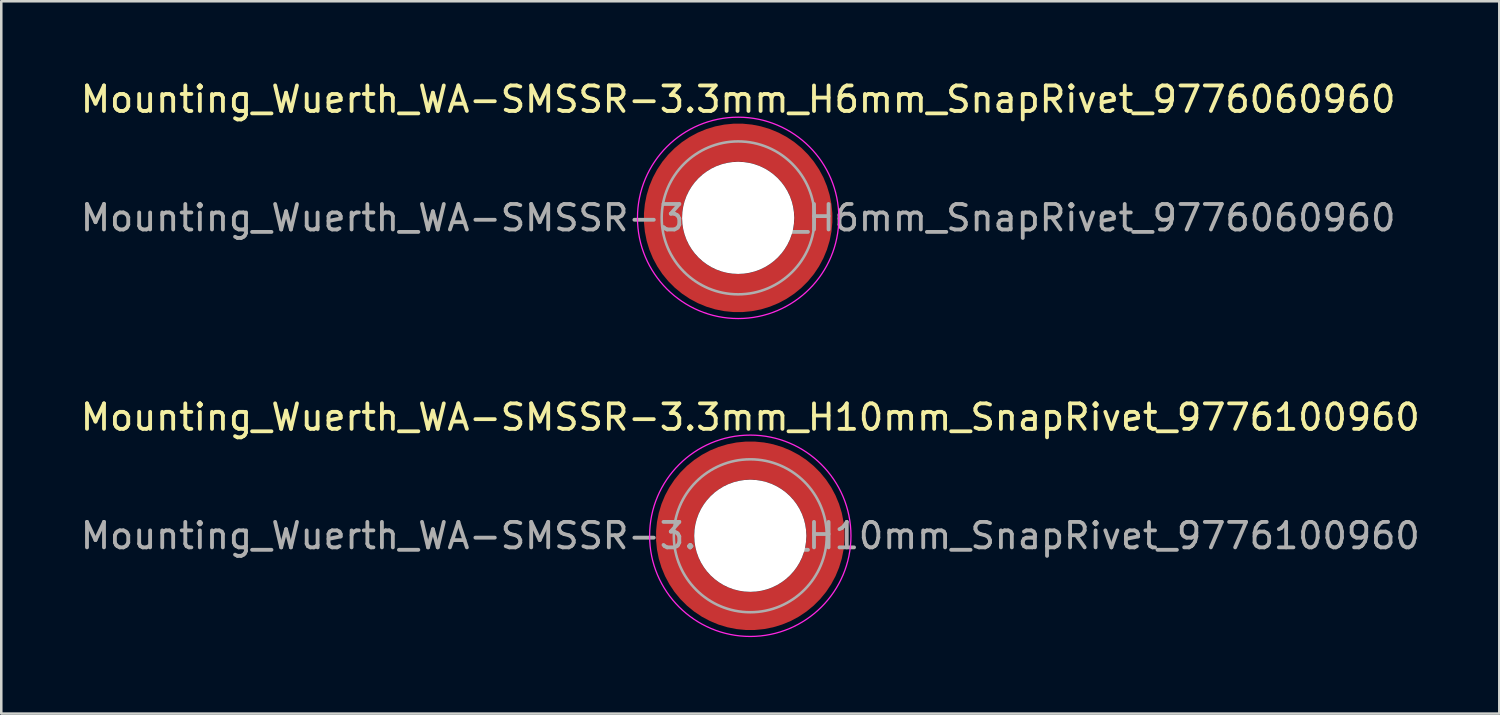
<source format=kicad_pcb>
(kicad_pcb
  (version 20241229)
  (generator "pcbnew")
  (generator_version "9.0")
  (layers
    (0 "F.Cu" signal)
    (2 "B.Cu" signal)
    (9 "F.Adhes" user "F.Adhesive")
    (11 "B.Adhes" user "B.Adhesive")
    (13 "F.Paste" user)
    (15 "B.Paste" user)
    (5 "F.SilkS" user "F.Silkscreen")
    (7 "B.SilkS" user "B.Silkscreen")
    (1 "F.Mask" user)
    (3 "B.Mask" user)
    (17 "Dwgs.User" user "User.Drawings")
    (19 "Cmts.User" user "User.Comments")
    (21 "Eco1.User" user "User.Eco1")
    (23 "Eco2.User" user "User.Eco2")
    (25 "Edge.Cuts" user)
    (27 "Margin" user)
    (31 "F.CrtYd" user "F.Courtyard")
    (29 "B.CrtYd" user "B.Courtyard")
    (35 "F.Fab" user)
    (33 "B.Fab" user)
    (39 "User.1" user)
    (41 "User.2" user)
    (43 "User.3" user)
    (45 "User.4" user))
  (footprint "Mounting_Wuerth_WA-SMSSR-3.3mm_H10mm_SnapRivet_9776100960"
    (layer "F.Cu")
    (at 26.387 17.971)
    (property "Reference" "Mounting_Wuerth_WA-SMSSR-3.3mm_H10mm_SnapRivet_9776100960" (at 0 -4.65 0) (layer "F.SilkS") (effects (font (size 1 1) (thickness 0.15))))
    (property "Mouser Part no." "" (at 0 0 0) (layer "F.Fab") (effects (font (size 1.27 1.27) (thickness 0.15))))
    (property "Mouser link" "" (at 0 0 0) (layer "F.Fab") (effects (font (size 1.27 1.27) (thickness 0.15))))
    (attr smd)
    (fp_circle (center 0 0) (end 3.95 0) (stroke (width 0.05) (type solid)) (fill no) (layer "F.CrtYd"))
    (fp_circle (center 0 0) (end 3 0) (stroke (width 0.1) (type solid)) (fill no) (layer "F.Fab"))
    (fp_text user "${REFERENCE}" (at 0 0 0) (layer "F.Fab") (effects (font (size 1 1) (thickness 0.15))))
    (pad "" smd custom (at -2.077 -2.077) (size 0.995 0.995) (layers "F.Paste") (options (anchor circle)) (primitives (gr_arc (start -0.208831 1.577126) (mid 0.422144 0.422848) (end 1.576154 -0.208618) (width 0.2)) (gr_arc (start -0.310669 1.577126) (mid 0.35138 0.352781) (end 1.575188 -0.310262) (width 0.2)) (gr_arc (start -0.412325 1.577126) (mid 0.280305 0.283024) (end 1.573357 -0.411565) (width 0.2)) (gr_arc (start -0.51382 1.577126) (mid 0.210358 0.212139) (end 1.574653 -0.513342) (width 0.2)) (gr_arc (start -0.615172 1.577126) (mid 0.139846 0.141818) (end 1.574384 -0.614661) (width 0.2)) (gr_arc (start -0.716397 1.577126) (mid 0.070334 0.070498) (end 1.576898 -0.716356) (width 0.2)) (gr_arc (start -0.817508 1.577126) (mid -0.001805 0.001806) (end 1.572094 -0.816634) (width 0.2)) (gr_arc (start -0.918517 1.577126) (mid -0.071322 -0.06951) (end 1.574599 -0.918094) (width 0.2)) (gr_arc (start -1.019433 1.577126) (mid -0.141902 -0.139762) (end 1.574138 -1.018949) (width 0.2)) (gr_arc (start -1.120266 1.577126) (mid -0.211736 -0.210761) (end 1.575763 -1.120053) (width 0.2)) (gr_arc (start -1.221022 1.577126) (mid -0.282882 -0.280446) (end 1.57372 -1.220504) (width 0.2)) (gr_arc (start -1.32171 1.577126) (mid -0.353407 -0.350753) (end 1.573414 -1.321162) (width 0.2)) (gr_arc (start -1.422335 1.577126) (mid -0.423311 -0.421682) (end 1.574846 -1.422009) (width 0.2)) (gr_line (start 1.577 -0.209) (end 1.577 -1.422) (width 0.2)) (gr_line (start -0.209 1.577) (end -1.422 1.577) (width 0.2))))
    (pad "" smd custom (at -2.077 2.077) (size 0.995 0.995) (layers "F.Paste") (options (anchor circle)) (primitives (gr_arc (start 1.577126 0.208831) (mid 0.422848 -0.422144) (end -0.208618 -1.576154) (width 0.2)) (gr_arc (start 1.577126 0.310669) (mid 0.352781 -0.35138) (end -0.310262 -1.575188) (width 0.2)) (gr_arc (start 1.577126 0.412325) (mid 0.283024 -0.280305) (end -0.411565 -1.573357) (width 0.2)) (gr_arc (start 1.577126 0.51382) (mid 0.212139 -0.210358) (end -0.513342 -1.574653) (width 0.2)) (gr_arc (start 1.577126 0.615172) (mid 0.141818 -0.139846) (end -0.614661 -1.574384) (width 0.2)) (gr_arc (start 1.577126 0.716397) (mid 0.070498 -0.070334) (end -0.716356 -1.576898) (width 0.2)) (gr_arc (start 1.577126 0.817508) (mid 0.001806 0.001805) (end -0.816634 -1.572094) (width 0.2)) (gr_arc (start 1.577126 0.918517) (mid -0.06951 0.071322) (end -0.918094 -1.574599) (width 0.2)) (gr_arc (start 1.577126 1.019433) (mid -0.139762 0.141902) (end -1.018949 -1.574138) (width 0.2)) (gr_arc (start 1.577126 1.120266) (mid -0.210761 0.211736) (end -1.120053 -1.575763) (width 0.2)) (gr_arc (start 1.577126 1.221022) (mid -0.280446 0.282882) (end -1.220504 -1.57372) (width 0.2)) (gr_arc (start 1.577126 1.32171) (mid -0.350753 0.353407) (end -1.321162 -1.573414) (width 0.2)) (gr_arc (start 1.577126 1.422335) (mid -0.421682 0.423311) (end -1.422009 -1.574846) (width 0.2)) (gr_line (start -0.209 -1.577) (end -1.422 -1.577) (width 0.2)) (gr_line (start 1.577 0.209) (end 1.577 1.422) (width 0.2))))
    (pad "" np_thru_hole circle (at 0 0) (size 4.4 4.4) (drill 4.4) (layers "*.Cu" "*.Mask"))
    (pad "" smd custom (at 2.077 -2.077) (size 0.995 0.995) (layers "F.Paste") (options (anchor circle)) (primitives (gr_arc (start -1.577126 -0.208831) (mid -0.422848 0.422144) (end 0.208618 1.576154) (width 0.2)) (gr_arc (start -1.577126 -0.310669) (mid -0.352781 0.35138) (end 0.310262 1.575188) (width 0.2)) (gr_arc (start -1.577126 -0.412325) (mid -0.283024 0.280305) (end 0.411565 1.573357) (width 0.2)) (gr_arc (start -1.577126 -0.51382) (mid -0.212139 0.210358) (end 0.513342 1.574653) (width 0.2)) (gr_arc (start -1.577126 -0.615172) (mid -0.141818 0.139846) (end 0.614661 1.574384) (width 0.2)) (gr_arc (start -1.577126 -0.716397) (mid -0.070498 0.070334) (end 0.716356 1.576898) (width 0.2)) (gr_arc (start -1.577126 -0.817508) (mid -0.001806 -0.001805) (end 0.816634 1.572094) (width 0.2)) (gr_arc (start -1.577126 -0.918517) (mid 0.06951 -0.071322) (end 0.918094 1.574599) (width 0.2)) (gr_arc (start -1.577126 -1.019433) (mid 0.139762 -0.141902) (end 1.018949 1.574138) (width 0.2)) (gr_arc (start -1.577126 -1.120266) (mid 0.210761 -0.211736) (end 1.120053 1.575763) (width 0.2)) (gr_arc (start -1.577126 -1.221022) (mid 0.280446 -0.282882) (end 1.220504 1.57372) (width 0.2)) (gr_arc (start -1.577126 -1.32171) (mid 0.350753 -0.353407) (end 1.321162 1.573414) (width 0.2)) (gr_arc (start -1.577126 -1.422335) (mid 0.421682 -0.423311) (end 1.422009 1.574846) (width 0.2)) (gr_line (start 0.209 1.577) (end 1.422 1.577) (width 0.2)) (gr_line (start -1.577 -0.209) (end -1.577 -1.422) (width 0.2))))
    (pad "" smd custom (at 2.077 2.077) (size 0.995 0.995) (layers "F.Paste") (options (anchor circle)) (primitives (gr_arc (start 0.208831 -1.577126) (mid -0.422144 -0.422848) (end -1.576154 0.208618) (width 0.2)) (gr_arc (start 0.310669 -1.577126) (mid -0.35138 -0.352781) (end -1.575188 0.310262) (width 0.2)) (gr_arc (start 0.412325 -1.577126) (mid -0.280305 -0.283024) (end -1.573357 0.411565) (width 0.2)) (gr_arc (start 0.51382 -1.577126) (mid -0.210358 -0.212139) (end -1.574653 0.513342) (width 0.2)) (gr_arc (start 0.615172 -1.577126) (mid -0.139846 -0.141818) (end -1.574384 0.614661) (width 0.2)) (gr_arc (start 0.716397 -1.577126) (mid -0.070334 -0.070498) (end -1.576898 0.716356) (width 0.2)) (gr_arc (start 0.817508 -1.577126) (mid 0.001805 -0.001806) (end -1.572094 0.816634) (width 0.2)) (gr_arc (start 0.918517 -1.577126) (mid 0.071322 0.06951) (end -1.574599 0.918094) (width 0.2)) (gr_arc (start 1.019433 -1.577126) (mid 0.141902 0.139762) (end -1.574138 1.018949) (width 0.2)) (gr_arc (start 1.120266 -1.577126) (mid 0.211736 0.210761) (end -1.575763 1.120053) (width 0.2)) (gr_arc (start 1.221022 -1.577126) (mid 0.282882 0.280446) (end -1.57372 1.220504) (width 0.2)) (gr_arc (start 1.32171 -1.577126) (mid 0.353407 0.350753) (end -1.573414 1.321162) (width 0.2)) (gr_arc (start 1.422335 -1.577126) (mid 0.423311 0.421682) (end -1.574846 1.422009) (width 0.2)) (gr_line (start -1.577 0.209) (end -1.577 1.422) (width 0.2)) (gr_line (start 0.209 -1.577) (end 1.422 -1.577) (width 0.2))))
    (pad "1" smd circle (at -2.95 0) (size 1.1 1.1) (layers "F.Cu"))
    (pad "1" smd circle (at 0 -2.95) (size 1.1 1.1) (layers "F.Cu"))
    (pad "1" smd circle (at 0 2.95) (size 1.1 1.1) (layers "F.Cu"))
    (pad "1" smd custom (at 2.95 0) (size 1.1 1.1) (layers "F.Cu" "F.Mask") (options (anchor circle)) (primitives (gr_circle (center -2.95 0) (end 0 0) (width 1.5) (fill no)))))
  (footprint "Mounting_Wuerth_WA-SMSSR-3.3mm_H6mm_SnapRivet_9776060960"
    (layer "F.Cu")
    (at 25.911 5.498)
    (property "Reference" "Mounting_Wuerth_WA-SMSSR-3.3mm_H6mm_SnapRivet_9776060960" (at 0 -4.65 0) (layer "F.SilkS") (effects (font (size 1 1) (thickness 0.15))))
    (property "Mouser Part no." "" (at 0 0 0) (layer "F.Fab") (effects (font (size 1.27 1.27) (thickness 0.15))))
    (property "Mouser link" "" (at 0 0 0) (layer "F.Fab") (effects (font (size 1.27 1.27) (thickness 0.15))))
    (attr smd)
    (fp_circle (center 0 0) (end 3.95 0) (stroke (width 0.05) (type solid)) (fill no) (layer "F.CrtYd"))
    (fp_circle (center 0 0) (end 3 0) (stroke (width 0.1) (type solid)) (fill no) (layer "F.Fab"))
    (fp_text user "${REFERENCE}" (at 0 0 0) (layer "F.Fab") (effects (font (size 1 1) (thickness 0.15))))
    (pad "" smd custom (at -2.077 -2.077) (size 0.995 0.995) (layers "F.Paste") (options (anchor circle)) (primitives (gr_arc (start -0.208831 1.577126) (mid 0.422144 0.422848) (end 1.576154 -0.208618) (width 0.2)) (gr_arc (start -0.310669 1.577126) (mid 0.35138 0.352781) (end 1.575188 -0.310262) (width 0.2)) (gr_arc (start -0.412325 1.577126) (mid 0.280305 0.283024) (end 1.573357 -0.411565) (width 0.2)) (gr_arc (start -0.51382 1.577126) (mid 0.210358 0.212139) (end 1.574653 -0.513342) (width 0.2)) (gr_arc (start -0.615172 1.577126) (mid 0.139846 0.141818) (end 1.574384 -0.614661) (width 0.2)) (gr_arc (start -0.716397 1.577126) (mid 0.070334 0.070498) (end 1.576898 -0.716356) (width 0.2)) (gr_arc (start -0.817508 1.577126) (mid -0.001805 0.001806) (end 1.572094 -0.816634) (width 0.2)) (gr_arc (start -0.918517 1.577126) (mid -0.071322 -0.06951) (end 1.574599 -0.918094) (width 0.2)) (gr_arc (start -1.019433 1.577126) (mid -0.141902 -0.139762) (end 1.574138 -1.018949) (width 0.2)) (gr_arc (start -1.120266 1.577126) (mid -0.211736 -0.210761) (end 1.575763 -1.120053) (width 0.2)) (gr_arc (start -1.221022 1.577126) (mid -0.282882 -0.280446) (end 1.57372 -1.220504) (width 0.2)) (gr_arc (start -1.32171 1.577126) (mid -0.353407 -0.350753) (end 1.573414 -1.321162) (width 0.2)) (gr_arc (start -1.422335 1.577126) (mid -0.423311 -0.421682) (end 1.574846 -1.422009) (width 0.2)) (gr_line (start 1.577 -0.209) (end 1.577 -1.422) (width 0.2)) (gr_line (start -0.209 1.577) (end -1.422 1.577) (width 0.2))))
    (pad "" smd custom (at -2.077 2.077) (size 0.995 0.995) (layers "F.Paste") (options (anchor circle)) (primitives (gr_arc (start 1.577126 0.208831) (mid 0.422848 -0.422144) (end -0.208618 -1.576154) (width 0.2)) (gr_arc (start 1.577126 0.310669) (mid 0.352781 -0.35138) (end -0.310262 -1.575188) (width 0.2)) (gr_arc (start 1.577126 0.412325) (mid 0.283024 -0.280305) (end -0.411565 -1.573357) (width 0.2)) (gr_arc (start 1.577126 0.51382) (mid 0.212139 -0.210358) (end -0.513342 -1.574653) (width 0.2)) (gr_arc (start 1.577126 0.615172) (mid 0.141818 -0.139846) (end -0.614661 -1.574384) (width 0.2)) (gr_arc (start 1.577126 0.716397) (mid 0.070498 -0.070334) (end -0.716356 -1.576898) (width 0.2)) (gr_arc (start 1.577126 0.817508) (mid 0.001806 0.001805) (end -0.816634 -1.572094) (width 0.2)) (gr_arc (start 1.577126 0.918517) (mid -0.06951 0.071322) (end -0.918094 -1.574599) (width 0.2)) (gr_arc (start 1.577126 1.019433) (mid -0.139762 0.141902) (end -1.018949 -1.574138) (width 0.2)) (gr_arc (start 1.577126 1.120266) (mid -0.210761 0.211736) (end -1.120053 -1.575763) (width 0.2)) (gr_arc (start 1.577126 1.221022) (mid -0.280446 0.282882) (end -1.220504 -1.57372) (width 0.2)) (gr_arc (start 1.577126 1.32171) (mid -0.350753 0.353407) (end -1.321162 -1.573414) (width 0.2)) (gr_arc (start 1.577126 1.422335) (mid -0.421682 0.423311) (end -1.422009 -1.574846) (width 0.2)) (gr_line (start -0.209 -1.577) (end -1.422 -1.577) (width 0.2)) (gr_line (start 1.577 0.209) (end 1.577 1.422) (width 0.2))))
    (pad "" np_thru_hole circle (at 0 0) (size 4.4 4.4) (drill 4.4) (layers "*.Cu" "*.Mask"))
    (pad "" smd custom (at 2.077 -2.077) (size 0.995 0.995) (layers "F.Paste") (options (anchor circle)) (primitives (gr_arc (start -1.577126 -0.208831) (mid -0.422848 0.422144) (end 0.208618 1.576154) (width 0.2)) (gr_arc (start -1.577126 -0.310669) (mid -0.352781 0.35138) (end 0.310262 1.575188) (width 0.2)) (gr_arc (start -1.577126 -0.412325) (mid -0.283024 0.280305) (end 0.411565 1.573357) (width 0.2)) (gr_arc (start -1.577126 -0.51382) (mid -0.212139 0.210358) (end 0.513342 1.574653) (width 0.2)) (gr_arc (start -1.577126 -0.615172) (mid -0.141818 0.139846) (end 0.614661 1.574384) (width 0.2)) (gr_arc (start -1.577126 -0.716397) (mid -0.070498 0.070334) (end 0.716356 1.576898) (width 0.2)) (gr_arc (start -1.577126 -0.817508) (mid -0.001806 -0.001805) (end 0.816634 1.572094) (width 0.2)) (gr_arc (start -1.577126 -0.918517) (mid 0.06951 -0.071322) (end 0.918094 1.574599) (width 0.2)) (gr_arc (start -1.577126 -1.019433) (mid 0.139762 -0.141902) (end 1.018949 1.574138) (width 0.2)) (gr_arc (start -1.577126 -1.120266) (mid 0.210761 -0.211736) (end 1.120053 1.575763) (width 0.2)) (gr_arc (start -1.577126 -1.221022) (mid 0.280446 -0.282882) (end 1.220504 1.57372) (width 0.2)) (gr_arc (start -1.577126 -1.32171) (mid 0.350753 -0.353407) (end 1.321162 1.573414) (width 0.2)) (gr_arc (start -1.577126 -1.422335) (mid 0.421682 -0.423311) (end 1.422009 1.574846) (width 0.2)) (gr_line (start 0.209 1.577) (end 1.422 1.577) (width 0.2)) (gr_line (start -1.577 -0.209) (end -1.577 -1.422) (width 0.2))))
    (pad "" smd custom (at 2.077 2.077) (size 0.995 0.995) (layers "F.Paste") (options (anchor circle)) (primitives (gr_arc (start 0.208831 -1.577126) (mid -0.422144 -0.422848) (end -1.576154 0.208618) (width 0.2)) (gr_arc (start 0.310669 -1.577126) (mid -0.35138 -0.352781) (end -1.575188 0.310262) (width 0.2)) (gr_arc (start 0.412325 -1.577126) (mid -0.280305 -0.283024) (end -1.573357 0.411565) (width 0.2)) (gr_arc (start 0.51382 -1.577126) (mid -0.210358 -0.212139) (end -1.574653 0.513342) (width 0.2)) (gr_arc (start 0.615172 -1.577126) (mid -0.139846 -0.141818) (end -1.574384 0.614661) (width 0.2)) (gr_arc (start 0.716397 -1.577126) (mid -0.070334 -0.070498) (end -1.576898 0.716356) (width 0.2)) (gr_arc (start 0.817508 -1.577126) (mid 0.001805 -0.001806) (end -1.572094 0.816634) (width 0.2)) (gr_arc (start 0.918517 -1.577126) (mid 0.071322 0.06951) (end -1.574599 0.918094) (width 0.2)) (gr_arc (start 1.019433 -1.577126) (mid 0.141902 0.139762) (end -1.574138 1.018949) (width 0.2)) (gr_arc (start 1.120266 -1.577126) (mid 0.211736 0.210761) (end -1.575763 1.120053) (width 0.2)) (gr_arc (start 1.221022 -1.577126) (mid 0.282882 0.280446) (end -1.57372 1.220504) (width 0.2)) (gr_arc (start 1.32171 -1.577126) (mid 0.353407 0.350753) (end -1.573414 1.321162) (width 0.2)) (gr_arc (start 1.422335 -1.577126) (mid 0.423311 0.421682) (end -1.574846 1.422009) (width 0.2)) (gr_line (start -1.577 0.209) (end -1.577 1.422) (width 0.2)) (gr_line (start 0.209 -1.577) (end 1.422 -1.577) (width 0.2))))
    (pad "1" smd circle (at -2.95 0) (size 1.1 1.1) (layers "F.Cu"))
    (pad "1" smd circle (at 0 -2.95) (size 1.1 1.1) (layers "F.Cu"))
    (pad "1" smd circle (at 0 2.95) (size 1.1 1.1) (layers "F.Cu"))
    (pad "1" smd custom (at 2.95 0) (size 1.1 1.1) (layers "F.Cu" "F.Mask") (options (anchor circle)) (primitives (gr_circle (center -2.95 0) (end 0 0) (width 1.5) (fill no)))))
  (gr_rect
    (start -3 -3)
    (end 55.774 24.947)
    (stroke (width 0.1) (type default))
    (fill no)
    (layer "Edge.Cuts")))
</source>
